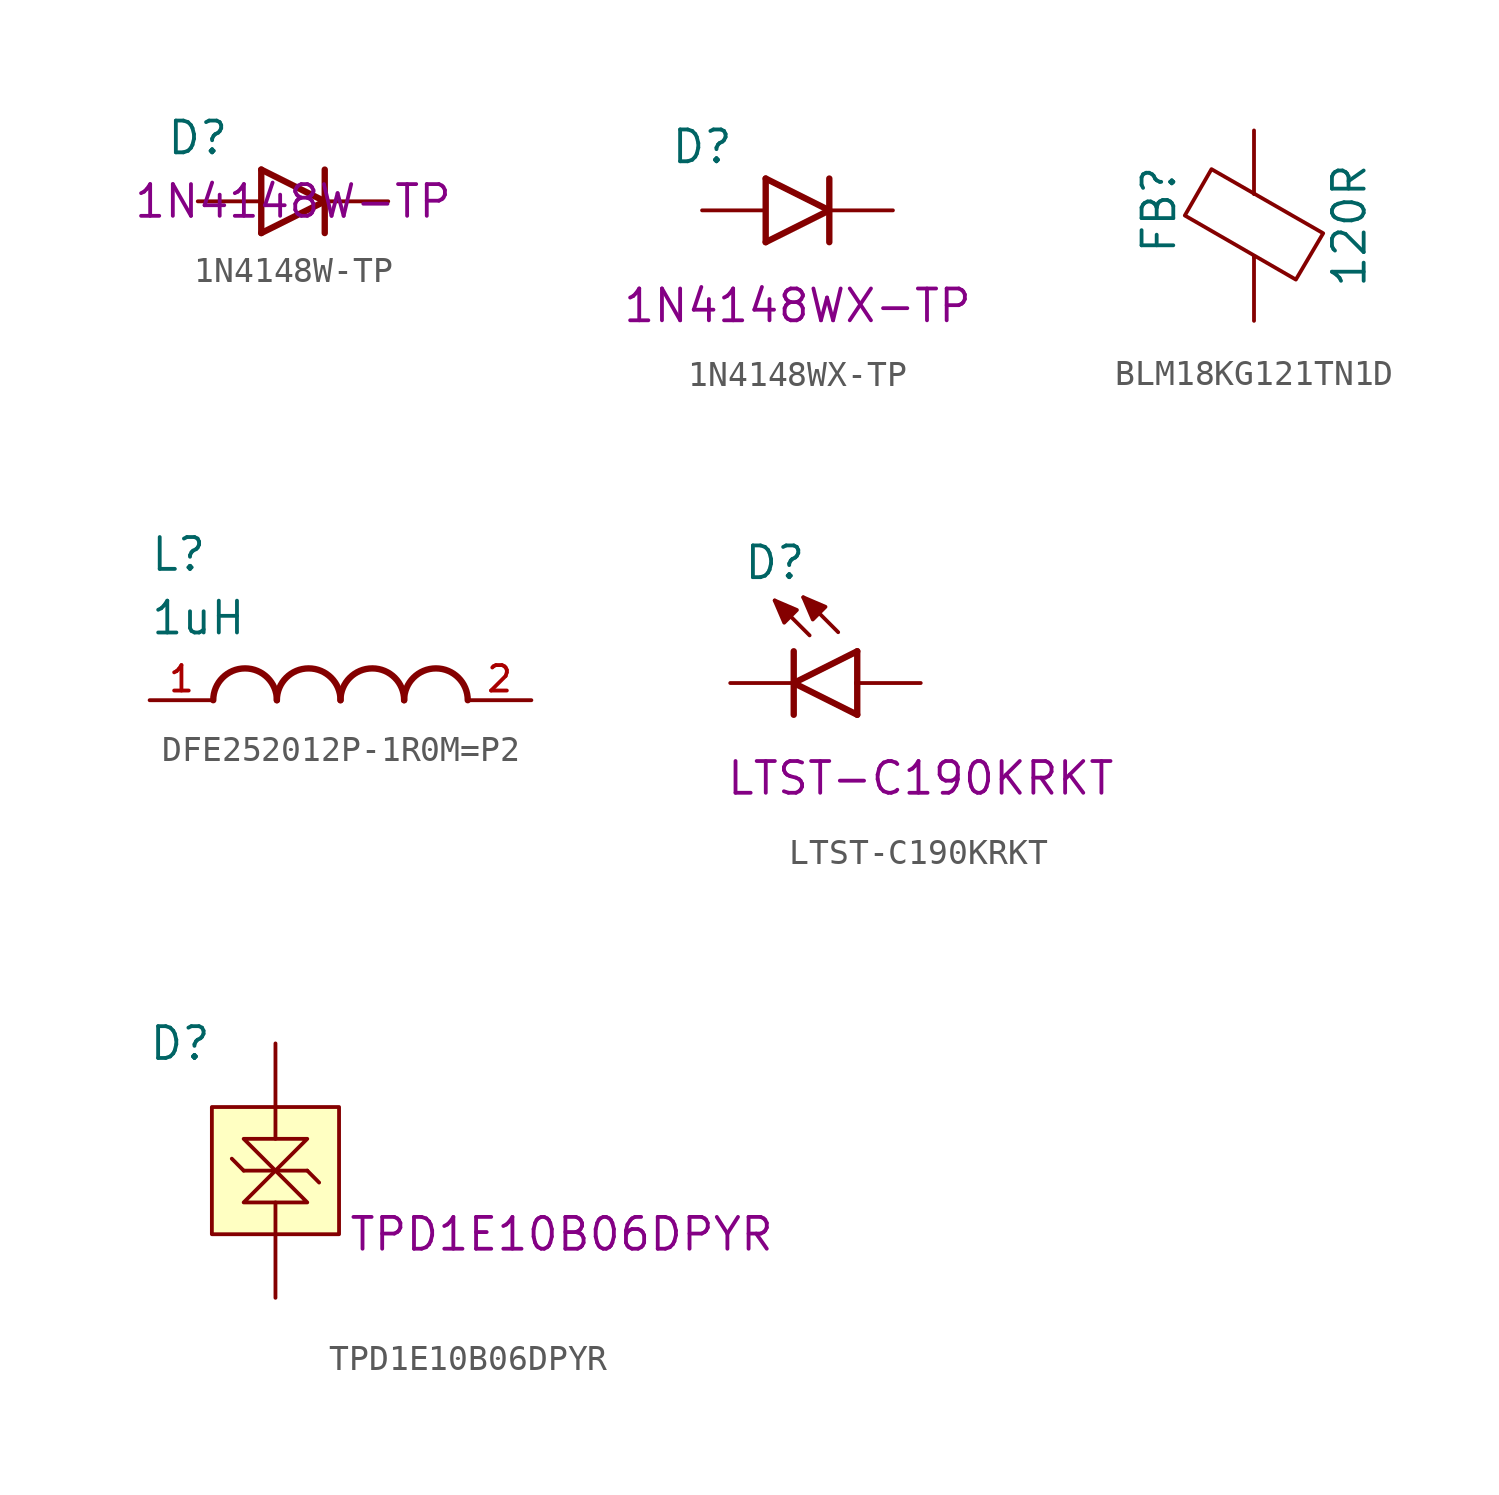
<source format=kicad_sym>
(kicad_symbol_lib
  (version 20241209)
  (generator "kicad_symbol_editor")
  (generator_version "9.0")
  (symbol "1N4148W-TP"
    (pin_numbers
      (hide yes))
    (pin_names
      (hide yes))
    (property "Reference" "D"
      (at -3.81 2.54 0)
      (effects (font (size 1.27 1.27))))
    (property "PartNumber" "1N4148W-TP"
      (at 0 0 0)
      (effects (font (size 1.27 1.27))))
    (symbol "1N4148W-TP_0_0"
      (polyline (pts (xy -1.27 1.27) (xy -1.27 -1.27)) (stroke (width 0.254) (type default)) (fill (type none)))
      (polyline (pts (xy -1.27 -1.27) (xy 1.27 0)) (stroke (width 0.254) (type default)) (fill (type none)))
      (polyline (pts (xy 1.27 1.27) (xy 1.27 0)) (stroke (width 0.254) (type default)) (fill (type none)))
      (polyline (pts (xy 1.27 0) (xy -1.27 1.27)) (stroke (width 0.254) (type default)) (fill (type none)))
      (polyline (pts (xy 1.27 0) (xy 1.27 -1.27)) (stroke (width 0.254) (type default)) (fill (type none))))
    (symbol "1N4148W-TP_1_0"
      (pin passive line (at -3.81 0 0) (length 2.54) (name "" (effects (font (size 1.016 1.016)))) (number "A" (effects (font (size 1.016 1.016)))))
      (pin passive line (at 3.81 0 180) (length 2.54) (name "" (effects (font (size 1.016 1.016)))) (number "C" (effects (font (size 1.016 1.016)))))))
  (symbol "1N4148WX-TP"
    (pin_numbers
      (hide yes))
    (pin_names
      (hide yes))
    (property "Reference" "D"
      (at -3.81 2.54 0)
      (effects (font (size 1.27 1.27))))
    (property "PartNumber" "1N4148WX-TP"
      (at 0 -3.81 0)
      (effects (font (size 1.27 1.27))))
    (symbol "1N4148WX-TP_0_0"
      (polyline (pts (xy -1.27 1.27) (xy -1.27 -1.27)) (stroke (width 0.254) (type default)) (fill (type none)))
      (polyline (pts (xy -1.27 -1.27) (xy 1.27 0)) (stroke (width 0.254) (type default)) (fill (type none)))
      (polyline (pts (xy 1.27 1.27) (xy 1.27 0)) (stroke (width 0.254) (type default)) (fill (type none)))
      (polyline (pts (xy 1.27 0) (xy -1.27 1.27)) (stroke (width 0.254) (type default)) (fill (type none)))
      (polyline (pts (xy 1.27 0) (xy 1.27 -1.27)) (stroke (width 0.254) (type default)) (fill (type none))))
    (symbol "1N4148WX-TP_1_0"
      (pin passive line (at -3.81 0 0) (length 2.54) (name "" (effects (font (size 1.016 1.016)))) (number "A" (effects (font (size 1.016 1.016)))))
      (pin passive line (at 3.81 0 180) (length 2.54) (name "" (effects (font (size 1.016 1.016)))) (number "C" (effects (font (size 1.016 1.016)))))))
  (symbol "BLM18KG121TN1D"
    (pin_numbers
      (hide yes))
    (pin_names
      (offset 0))
    (property "Reference" "FB"
      (at -3.81 0.635 90)
      (effects (font (size 1.27 1.27))))
    (property "Value" "120R"
      (at 3.81 0 90)
      (effects (font (size 1.27 1.27))))
    (symbol "BLM18KG121TN1D_0_1"
      (polyline (pts (xy -2.769 0.406) (xy -1.702 2.261) (xy 2.769 -0.305) (xy 1.676 -2.159) (xy -2.769 0.406)) (stroke (width 0) (type default)) (fill (type none)))
      (polyline (pts (xy 0 1.27) (xy 0 1.295)) (stroke (width 0) (type default)) (fill (type none)))
      (polyline (pts (xy 0 -1.27) (xy 0 -1.219)) (stroke (width 0) (type default)) (fill (type none))))
    (symbol "BLM18KG121TN1D_1_1"
      (pin passive line (at 0 3.81 270) (length 2.54) (name "~" (effects (font (size 1.27 1.27)))) (number "1" (effects (font (size 1.27 1.27)))))
      (pin passive line (at 0 -3.81 90) (length 2.54) (name "~" (effects (font (size 1.27 1.27)))) (number "2" (effects (font (size 1.27 1.27)))))))
  (symbol "DFE252012P-1R0M=P2"
    (pin_names
      (offset 1.016))
    (property "Reference" "L"
      (at -7.62 5.08 0)
      (effects (font (size 1.27 1.27)) (justify left bottom)))
    (property "Value" "1uH"
      (at -7.62 2.54 0)
      (effects (font (size 1.27 1.27)) (justify left bottom)))
    (symbol "DFE252012P-1R0M=P2_0_0"
      (arc (start -5.08 0) (mid -3.81 1.2645) (end -2.54 0) (stroke (width 0.254) (type default)) (fill (type none)))
      (arc (start -2.54 0) (mid -1.27 1.2645) (end 0 0) (stroke (width 0.254) (type default)) (fill (type none)))
      (arc (start 0 0) (mid 1.27 1.2645) (end 2.54 0) (stroke (width 0.254) (type default)) (fill (type none)))
      (arc (start 2.54 0) (mid 3.81 1.2645) (end 5.08 0) (stroke (width 0.254) (type default)) (fill (type none)))
      (pin passive line (at -7.62 0 0) (length 2.54) (name "~" (effects (font (size 1.016 1.016)))) (number "1" (effects (font (size 1.016 1.016)))))
      (pin passive line (at 7.62 0 180) (length 2.54) (name "~" (effects (font (size 1.016 1.016)))) (number "2" (effects (font (size 1.016 1.016)))))))
  (symbol "LTST-C190KRKT"
    (pin_numbers
      (hide yes))
    (pin_names
      (offset 1.016)
      (hide yes))
    (property "Reference" "D"
      (at -2.035 4.07 0)
      (effects (font (size 1.27 1.27)) (justify left bottom)))
    (property "PartNumber" "LTST-C190KRKT"
      (at 5.08 -3.81 0)
      (effects (font (size 1.27 1.27))))
    (symbol "LTST-C190KRKT_0_0"
      (polyline (pts (xy -0.762 3.302) (xy 0.127 2.921) (xy -0.381 2.413) (xy -0.762 3.302)) (stroke (width 0.152) (type default)) (fill (type outline)))
      (polyline (pts (xy 0 0) (xy 0 1.27)) (stroke (width 0.254) (type default)) (fill (type none)))
      (polyline (pts (xy 0 0) (xy 2.54 1.27)) (stroke (width 0.254) (type default)) (fill (type none)))
      (polyline (pts (xy 0 -1.27) (xy 0 0)) (stroke (width 0.254) (type default)) (fill (type none)))
      (polyline (pts (xy 0.381 3.429) (xy 1.27 3.048) (xy 0.762 2.54) (xy 0.381 3.429)) (stroke (width 0.152) (type default)) (fill (type outline)))
      (polyline (pts (xy 0.635 1.905) (xy -0.762 3.302)) (stroke (width 0.152) (type default)) (fill (type none)))
      (polyline (pts (xy 1.778 2.032) (xy 0.381 3.429)) (stroke (width 0.152) (type default)) (fill (type none)))
      (polyline (pts (xy 2.54 0) (xy 2.54 1.27)) (stroke (width 0.254) (type default)) (fill (type none)))
      (polyline (pts (xy 2.54 -1.27) (xy 0 0)) (stroke (width 0.254) (type default)) (fill (type none)))
      (polyline (pts (xy 2.54 -1.27) (xy 2.54 0)) (stroke (width 0.254) (type default)) (fill (type none)))
      (pin passive line (at -2.54 0 0) (length 2.54) (name "C" (effects (font (size 1.016 1.016)))) (number "C" (effects (font (size 1.016 1.016)))))
      (pin passive line (at 5.08 0 180) (length 2.54) (name "A" (effects (font (size 1.016 1.016)))) (number "A" (effects (font (size 1.016 1.016)))))))
  (symbol "TPD1E10B06DPYR"
    (pin_numbers
      (hide yes))
    (pin_names
      (hide yes))
    (property "Reference" "D"
      (at 0 0 0)
      (effects (font (size 1.27 1.27))))
    (property "PartNumber" "TPD1E10B06DPYR"
      (at 15.24 -7.62 0)
      (effects (font (size 1.27 1.27))))
    (symbol "TPD1E10B06DPYR_0_1"
      (polyline (pts (xy 2.54 -5.08) (xy 2.066 -4.603)) (stroke (width 0) (type default)) (fill (type none)))
      (polyline (pts (xy 2.54 -5.08) (xy 5.08 -5.08) (xy 5.08 -5.08)) (stroke (width 0) (type default)) (fill (type none)))
      (polyline (pts (xy 2.54 -6.35) (xy 5.08 -3.81) (xy 2.54 -3.81) (xy 5.08 -6.35) (xy 2.54 -6.35)) (stroke (width 0) (type default)) (fill (type none)))
      (polyline (pts (xy 3.81 -2.54) (xy 3.81 -3.81)) (stroke (width 0) (type default)) (fill (type none)))
      (polyline (pts (xy 3.81 -6.35) (xy 3.81 -7.62)) (stroke (width 0) (type default)) (fill (type none)))
      (polyline (pts (xy 5.08 -5.08) (xy 5.554 -5.557)) (stroke (width 0) (type default)) (fill (type none))))
    (symbol "TPD1E10B06DPYR_1_1"
      (rectangle (start 1.27 -2.54) (end 6.35 -7.62) (stroke (width 0) (type default)) (fill (type background)))
      (pin input line (at 3.81 0 270) (length 2.54) (name "" (effects (font (size 1.27 1.27)))) (number "C" (effects (font (size 1.27 1.27)))))
      (pin input line (at 3.81 -10.16 90) (length 2.54) (name "" (effects (font (size 1.27 1.27)))) (number "A" (effects (font (size 1.27 1.27))))))))
</source>
